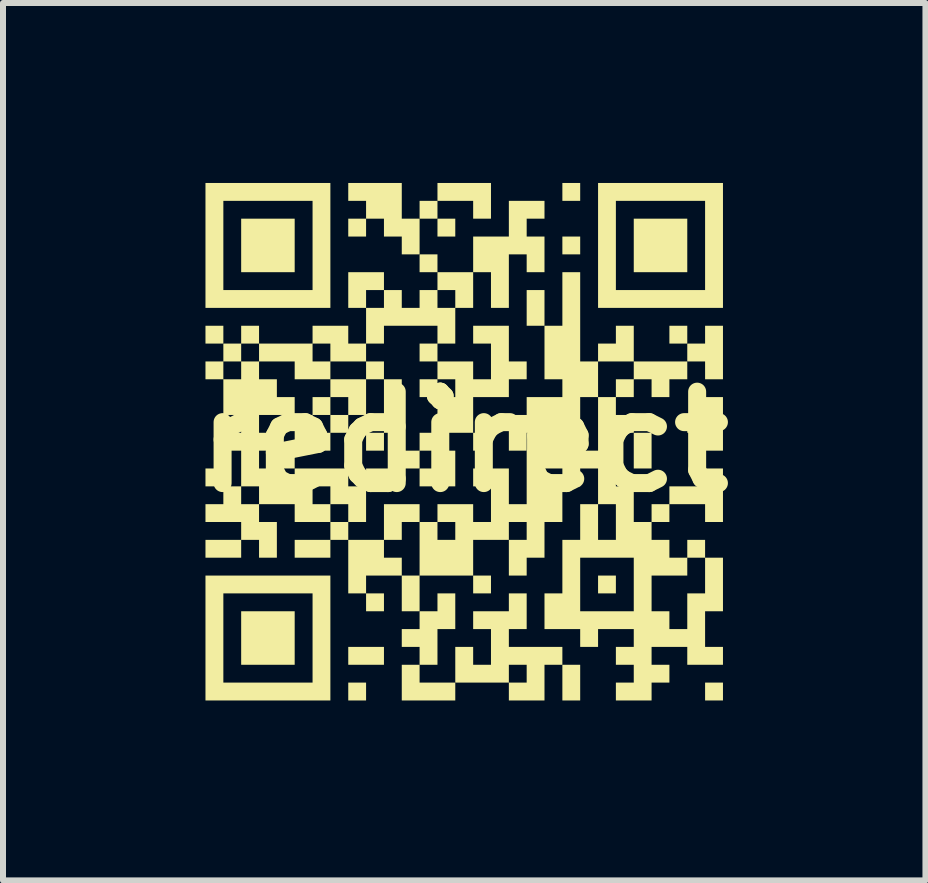
<source format=kicad_pcb>
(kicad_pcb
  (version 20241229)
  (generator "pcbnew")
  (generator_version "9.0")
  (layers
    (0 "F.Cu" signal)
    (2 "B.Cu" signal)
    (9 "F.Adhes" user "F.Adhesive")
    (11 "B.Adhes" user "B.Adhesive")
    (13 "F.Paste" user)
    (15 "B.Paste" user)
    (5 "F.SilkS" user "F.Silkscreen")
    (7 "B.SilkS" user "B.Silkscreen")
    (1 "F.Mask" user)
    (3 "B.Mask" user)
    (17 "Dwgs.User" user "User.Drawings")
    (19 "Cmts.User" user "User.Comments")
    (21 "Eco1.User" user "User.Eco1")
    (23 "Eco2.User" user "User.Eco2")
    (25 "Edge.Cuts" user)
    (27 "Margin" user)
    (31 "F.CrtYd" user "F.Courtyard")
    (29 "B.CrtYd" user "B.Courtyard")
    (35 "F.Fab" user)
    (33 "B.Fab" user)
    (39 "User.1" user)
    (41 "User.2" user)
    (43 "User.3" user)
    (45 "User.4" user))
  (footprint "redirect"
    (layer "F.Cu")
    (at 4.688 4.313)
    (property "Reference" "redirect" (at 0 0 0) (layer "F.SilkS") (effects (font (size 1.524 1.524) (thickness 0.3))))
    (attr board_only exclude_from_pos_files exclude_from_bom)
    (fp_poly (pts (xy -4.015 -1.636) (xy -4.313 -1.636) (xy -4.313 -1.933) (xy -4.015 -1.933)) (stroke (width 0) (type solid)) (fill yes) (layer "F.SilkS"))
    (fp_poly (pts (xy -4.015 0.744) (xy -4.313 0.744) (xy -4.313 0.446) (xy -4.015 0.446)) (stroke (width 0) (type solid)) (fill yes) (layer "F.SilkS"))
    (fp_poly (pts (xy -3.718 1.933) (xy -4.313 1.933) (xy -4.313 1.636) (xy -3.718 1.636)) (stroke (width 0) (type solid)) (fill yes) (layer "F.SilkS"))
    (fp_poly (pts (xy -2.826 -2.826) (xy -3.718 -2.826) (xy -3.718 -3.718) (xy -2.826 -3.718)) (stroke (width 0) (type solid)) (fill yes) (layer "F.SilkS"))
    (fp_poly (pts (xy -2.826 0.446) (xy -3.123 0.446) (xy -3.123 0.149) (xy -2.826 0.149)) (stroke (width 0) (type solid)) (fill yes) (layer "F.SilkS"))
    (fp_poly (pts (xy -2.826 3.718) (xy -3.718 3.718) (xy -3.718 2.826) (xy -2.826 2.826)) (stroke (width 0) (type solid)) (fill yes) (layer "F.SilkS"))
    (fp_poly (pts (xy -2.231 1.933) (xy -2.826 1.933) (xy -2.826 1.636) (xy -2.231 1.636)) (stroke (width 0) (type solid)) (fill yes) (layer "F.SilkS"))
    (fp_poly (pts (xy -1.636 -3.42) (xy -1.933 -3.42) (xy -1.933 -3.718) (xy -1.636 -3.718)) (stroke (width 0) (type solid)) (fill yes) (layer "F.SilkS"))
    (fp_poly (pts (xy -1.636 4.313) (xy -1.933 4.313) (xy -1.933 4.015) (xy -1.636 4.015)) (stroke (width 0) (type solid)) (fill yes) (layer "F.SilkS"))
    (fp_poly (pts (xy -1.338 -1.041) (xy -1.636 -1.041) (xy -1.636 -1.338) (xy -1.338 -1.338)) (stroke (width 0) (type solid)) (fill yes) (layer "F.SilkS"))
    (fp_poly (pts (xy -1.338 0.149) (xy -1.636 0.149) (xy -1.636 -0.149) (xy -1.338 -0.149)) (stroke (width 0) (type solid)) (fill yes) (layer "F.SilkS"))
    (fp_poly (pts (xy -1.338 2.826) (xy -1.636 2.826) (xy -1.636 2.528) (xy -1.338 2.528)) (stroke (width 0) (type solid)) (fill yes) (layer "F.SilkS"))
    (fp_poly (pts (xy -1.338 3.718) (xy -1.933 3.718) (xy -1.933 3.42) (xy -1.338 3.42)) (stroke (width 0) (type solid)) (fill yes) (layer "F.SilkS"))
    (fp_poly (pts (xy -1.041 -0.149) (xy -1.338 -0.149) (xy -1.338 -1.041) (xy -1.041 -1.041)) (stroke (width 0) (type solid)) (fill yes) (layer "F.SilkS"))
    (fp_poly (pts (xy -0.446 -3.718) (xy -0.744 -3.718) (xy -0.744 -4.015) (xy -0.446 -4.015)) (stroke (width 0) (type solid)) (fill yes) (layer "F.SilkS"))
    (fp_poly (pts (xy -0.446 -2.826) (xy -0.744 -2.826) (xy -0.744 -3.123) (xy -0.446 -3.123)) (stroke (width 0) (type solid)) (fill yes) (layer "F.SilkS"))
    (fp_poly (pts (xy -0.446 -0.744) (xy -0.744 -0.744) (xy -0.744 -1.041) (xy -0.446 -1.041)) (stroke (width 0) (type solid)) (fill yes) (layer "F.SilkS"))
    (fp_poly (pts (xy -0.149 -3.42) (xy -0.446 -3.42) (xy -0.446 -3.718) (xy -0.149 -3.718)) (stroke (width 0) (type solid)) (fill yes) (layer "F.SilkS"))
    (fp_poly (pts (xy 0.446 0.149) (xy 0.149 0.149) (xy 0.149 -0.149) (xy 0.446 -0.149)) (stroke (width 0) (type solid)) (fill yes) (layer "F.SilkS"))
    (fp_poly (pts (xy 0.446 2.528) (xy 0.149 2.528) (xy 0.149 2.231) (xy 0.446 2.231)) (stroke (width 0) (type solid)) (fill yes) (layer "F.SilkS"))
    (fp_poly (pts (xy 1.338 -1.933) (xy 1.041 -1.933) (xy 1.041 -2.528) (xy 1.338 -2.528)) (stroke (width 0) (type solid)) (fill yes) (layer "F.SilkS"))
    (fp_poly (pts (xy 1.933 -4.015) (xy 1.636 -4.015) (xy 1.636 -4.313) (xy 1.933 -4.313)) (stroke (width 0) (type solid)) (fill yes) (layer "F.SilkS"))
    (fp_poly (pts (xy 1.933 -3.123) (xy 1.636 -3.123) (xy 1.636 -3.42) (xy 1.933 -3.42)) (stroke (width 0) (type solid)) (fill yes) (layer "F.SilkS"))
    (fp_poly (pts (xy 1.933 4.313) (xy 1.636 4.313) (xy 1.636 3.718) (xy 1.933 3.718)) (stroke (width 0) (type solid)) (fill yes) (layer "F.SilkS"))
    (fp_poly (pts (xy 2.528 2.528) (xy 2.231 2.528) (xy 2.231 2.231) (xy 2.528 2.231)) (stroke (width 0) (type solid)) (fill yes) (layer "F.SilkS"))
    (fp_poly (pts (xy 3.123 0.446) (xy 2.826 0.446) (xy 2.826 -0.149) (xy 3.123 -0.149)) (stroke (width 0) (type solid)) (fill yes) (layer "F.SilkS"))
    (fp_poly (pts (xy 3.42 1.338) (xy 3.123 1.338) (xy 3.123 1.041) (xy 3.42 1.041)) (stroke (width 0) (type solid)) (fill yes) (layer "F.SilkS"))
    (fp_poly (pts (xy 3.718 -2.826) (xy 2.826 -2.826) (xy 2.826 -3.718) (xy 3.718 -3.718)) (stroke (width 0) (type solid)) (fill yes) (layer "F.SilkS"))
    (fp_poly (pts (xy 3.718 -1.636) (xy 3.42 -1.636) (xy 3.42 -1.933) (xy 3.718 -1.933)) (stroke (width 0) (type solid)) (fill yes) (layer "F.SilkS"))
    (fp_poly (pts (xy 4.313 4.313) (xy 4.015 4.313) (xy 4.015 4.015) (xy 4.313 4.015)) (stroke (width 0) (type solid)) (fill yes) (layer "F.SilkS"))
    (fp_poly (pts (xy -0.744 4.015) (xy -0.149 4.015) (xy -0.149 4.313) (xy -1.041 4.313) (xy -1.041 3.718) (xy -0.744 3.718)) (stroke (width 0) (type solid)) (fill yes) (layer "F.SilkS"))
    (fp_poly (pts (xy -0.446 -4.313) (xy 0.446 -4.313) (xy 0.446 -3.718) (xy 0.149 -3.718) (xy 0.149 -4.015) (xy -0.446 -4.015)) (stroke (width 0) (type solid)) (fill yes) (layer "F.SilkS"))
    (fp_poly (pts (xy -0.149 0.744) (xy -0.744 0.744) (xy -0.744 0.446) (xy -0.446 0.446) (xy -0.446 0.149) (xy -0.149 0.149)) (stroke (width 0) (type solid)) (fill yes) (layer "F.SilkS"))
    (fp_poly (pts (xy 3.42 0.744) (xy 4.015 0.744) (xy 4.015 0.446) (xy 4.313 0.446) (xy 4.313 1.338) (xy 4.015 1.338) (xy 4.015 1.041) (xy 3.42 1.041)) (stroke (width 0) (type solid)) (fill yes) (layer "F.SilkS"))
    (fp_poly (pts (xy 4.313 -1.041) (xy 4.015 -1.041) (xy 4.015 -1.338) (xy 3.718 -1.338) (xy 3.718 -1.636) (xy 4.015 -1.636) (xy 4.015 -1.933) (xy 4.313 -1.933)) (stroke (width 0) (type solid)) (fill yes) (layer "F.SilkS"))
    (fp_poly (pts (xy 4.313 0.149) (xy 4.015 0.149) (xy 4.015 -0.149) (xy 3.718 -0.149) (xy 3.718 -0.446) (xy 4.015 -0.446) (xy 4.015 -0.744) (xy 4.313 -0.744)) (stroke (width 0) (type solid)) (fill yes) (layer "F.SilkS"))
    (fp_poly (pts (xy -2.231 -2.231) (xy -4.313 -2.231) (xy -4.313 -2.528) (xy -4.015 -2.528) (xy -2.528 -2.528) (xy -2.528 -4.015) (xy -4.015 -4.015) (xy -4.015 -2.528) (xy -4.313 -2.528) (xy -4.313 -4.313) (xy -2.231 -4.313)) (stroke (width 0) (type solid)) (fill yes) (layer "F.SilkS"))
    (fp_poly (pts (xy -2.231 4.313) (xy -4.313 4.313) (xy -4.313 4.015) (xy -4.015 4.015) (xy -2.528 4.015) (xy -2.528 2.528) (xy -4.015 2.528) (xy -4.015 4.015) (xy -4.313 4.015) (xy -4.313 2.231) (xy -2.231 2.231)) (stroke (width 0) (type solid)) (fill yes) (layer "F.SilkS"))
    (fp_poly (pts (xy 4.313 -2.231) (xy 2.231 -2.231) (xy 2.231 -2.528) (xy 2.528 -2.528) (xy 4.015 -2.528) (xy 4.015 -4.015) (xy 2.528 -4.015) (xy 2.528 -2.528) (xy 2.231 -2.528) (xy 2.231 -4.313) (xy 4.313 -4.313)) (stroke (width 0) (type solid)) (fill yes) (layer "F.SilkS"))
    (fp_poly (pts (xy -1.636 -4.015) (xy -1.933 -4.015) (xy -1.933 -4.313) (xy -1.041 -4.313) (xy -1.041 -3.718) (xy -0.744 -3.718) (xy -0.744 -3.123) (xy -1.041 -3.123) (xy -1.041 -3.42) (xy -1.338 -3.42) (xy -1.338 -3.718) (xy -1.636 -3.718)) (stroke (width 0) (type solid)) (fill yes) (layer "F.SilkS"))
    (fp_poly (pts (xy -0.149 3.123) (xy -0.446 3.123) (xy -0.446 3.718) (xy -0.744 3.718) (xy -0.744 3.42) (xy -1.041 3.42) (xy -1.041 3.123) (xy -0.744 3.123) (xy -0.744 2.826) (xy -0.446 2.826) (xy -0.446 2.528) (xy -0.149 2.528)) (stroke (width 0) (type solid)) (fill yes) (layer "F.SilkS"))
    (fp_poly (pts (xy 0.149 -3.42) (xy 0.744 -3.42) (xy 0.744 -4.015) (xy 1.338 -4.015) (xy 1.338 -3.718) (xy 1.041 -3.718) (xy 1.041 -3.42) (xy 1.338 -3.42) (xy 1.338 -2.826) (xy 1.041 -2.826) (xy 1.041 -3.123) (xy 0.744 -3.123) (xy 0.744 -2.231) (xy 0.446 -2.231) (xy 0.446 -2.826) (xy 0.149 -2.826)) (stroke (width 0) (type solid)) (fill yes) (layer "F.SilkS"))
    (fp_poly (pts (xy -1.636 -0.446) (xy -1.933 -0.446) (xy -1.933 -0.149) (xy -2.231 -0.149) (xy -2.231 0.149) (xy -2.826 0.149) (xy -2.826 -0.149) (xy -2.528 -0.149) (xy -2.231 -0.149) (xy -2.231 -0.446) (xy -1.933 -0.446) (xy -1.933 -0.744) (xy -2.231 -0.744) (xy -2.231 -0.446) (xy -2.528 -0.446) (xy -2.528 -0.149) (xy -2.826 -0.149) (xy -2.826 -0.446) (xy -2.528 -0.446) (xy -2.528 -0.744) (xy -2.231 -0.744) (xy -2.231 -1.041) (xy -1.636 -1.041)) (stroke (width 0) (type solid)) (fill yes) (layer "F.SilkS"))
    (fp_poly (pts (xy 1.041 3.123) (xy 0.744 3.123) (xy 0.744 3.42) (xy 1.636 3.42) (xy 1.636 3.718) (xy 1.338 3.718) (xy 1.338 4.313) (xy 0.744 4.313) (xy 0.744 4.015) (xy 1.041 4.015) (xy 1.041 3.718) (xy 0.744 3.718) (xy 0.744 4.015) (xy -0.149 4.015) (xy -0.149 3.42) (xy 0.149 3.42) (xy 0.149 3.718) (xy 0.446 3.718) (xy 0.446 3.123) (xy 0.149 3.123) (xy 0.149 2.826) (xy 0.744 2.826) (xy 0.744 2.528) (xy 1.041 2.528)) (stroke (width 0) (type solid)) (fill yes) (layer "F.SilkS"))
    (fp_poly (pts (xy -3.718 1.338) (xy -4.313 1.338) (xy -4.313 1.041) (xy -4.015 1.041) (xy -3.718 1.041) (xy -3.42 1.041) (xy -3.42 0.744) (xy -3.718 0.744) (xy -3.718 1.041) (xy -4.015 1.041) (xy -4.015 0.744) (xy -3.718 0.744) (xy -3.718 0.446) (xy -3.42 0.446) (xy -3.123 0.446) (xy -3.123 0.744) (xy -2.826 0.744) (xy -2.826 0.446) (xy -1.933 0.446) (xy -1.933 0.744) (xy -1.636 0.744) (xy -1.636 0.446) (xy -1.041 0.446) (xy -1.041 0.149) (xy -0.744 0.149) (xy -0.744 -0.149) (xy -0.446 -0.149) (xy -0.446 -0.744) (xy -0.149 -0.744) (xy -0.149 -1.041) (xy -0.446 -1.041) (xy -0.446 -1.338) (xy -0.744 -1.338) (xy -0.744 -1.636) (xy -0.446 -1.636) (xy -0.446 -1.933) (xy -1.338 -1.933) (xy -1.338 -1.636) (xy -1.636 -1.636) (xy -1.636 -1.338) (xy -2.231 -1.338) (xy -2.231 -1.041) (xy -2.826 -1.041) (xy -2.826 -1.338) (xy -2.528 -1.338) (xy -2.231 -1.338) (xy -2.231 -1.636) (xy -2.528 -1.636) (xy -2.528 -1.338) (xy -2.826 -1.338) (xy -3.42 -1.338) (xy -3.42 -1.041) (xy -3.123 -1.041) (xy -3.123 -0.744) (xy -2.826 -0.744) (xy -2.826 -0.446) (xy -3.42 -0.446) (xy -3.42 -0.149) (xy -3.123 -0.149) (xy -3.123 0.149) (xy -3.42 0.149) (xy -3.42 0.446) (xy -3.718 0.446) (xy -3.718 0.149) (xy -4.015 0.149) (xy -4.015 -0.149) (xy -3.718 -0.149) (xy -3.718 -0.446) (xy -4.015 -0.446) (xy -4.015 -1.041) (xy -3.718 -1.041) (xy -3.718 -1.338) (xy -3.42 -1.338) (xy -3.42 -1.636) (xy -3.718 -1.636) (xy -3.718 -1.338) (xy -4.015 -1.338) (xy -4.015 -1.041) (xy -4.313 -1.041) (xy -4.313 -1.338) (xy -4.015 -1.338) (xy -4.015 -1.636) (xy -3.718 -1.636) (xy -3.718 -1.933) (xy -3.42 -1.933) (xy -3.42 -1.636) (xy -2.528 -1.636) (xy -2.528 -1.933) (xy -1.933 -1.933) (xy -1.933 -1.636) (xy -1.636 -1.636) (xy -1.636 -2.231) (xy -1.338 -2.231) (xy -1.338 -2.528) (xy -1.636 -2.528) (xy -1.636 -2.231) (xy -1.933 -2.231) (xy -1.933 -2.826) (xy -1.338 -2.826) (xy -1.338 -2.528) (xy -1.041 -2.528) (xy -1.041 -2.231) (xy -0.744 -2.231) (xy -0.446 -2.231) (xy -0.149 -2.231) (xy -0.149 -2.528) (xy -0.446 -2.528) (xy -0.446 -2.231) (xy -0.744 -2.231) (xy -0.744 -2.528) (xy -0.446 -2.528) (xy -0.446 -2.826) (xy 0.149 -2.826) (xy 0.149 -2.231) (xy -0.149 -2.231) (xy -0.149 -1.636) (xy -0.446 -1.636) (xy -0.446 -1.338) (xy 0.149 -1.338) (xy 0.149 -1.041) (xy 0.446 -1.041) (xy 0.446 -1.636) (xy 0.149 -1.636) (xy 0.149 -1.933) (xy 0.744 -1.933) (xy 0.744 -1.338) (xy 1.041 -1.338) (xy 1.041 -1.041) (xy 0.744 -1.041) (xy 0.744 -0.744) (xy 0.149 -0.744) (xy 0.149 -0.149) (xy -0.446 -0.149) (xy -0.446 0.149) (xy -0.744 0.149) (xy -0.744 0.446) (xy -1.041 0.446) (xy -1.041 0.744) (xy -1.636 0.744) (xy -1.636 1.338) (xy -1.933 1.338) (xy -1.933 1.636) (xy -2.231 1.636) (xy -2.231 1.338) (xy -1.933 1.338) (xy -1.933 1.041) (xy -2.231 1.041) (xy -2.231 1.338) (xy -2.826 1.338) (xy -2.826 1.041) (xy -2.528 1.041) (xy -2.231 1.041) (xy -2.231 0.744) (xy -2.528 0.744) (xy -2.528 1.041) (xy -2.826 1.041) (xy -3.42 1.041) (xy -3.42 1.338) (xy -3.123 1.338) (xy -3.123 1.933) (xy -3.42 1.933) (xy -3.42 1.636) (xy -3.718 1.636)) (stroke (width 0) (type solid)) (fill yes) (layer "F.SilkS"))
    (fp_poly (pts (xy 4.313 1.933) (xy 4.313 2.826) (xy 4.015 2.826) (xy 4.015 3.42) (xy 4.313 3.42) (xy 4.313 3.718) (xy 3.718 3.718) (xy 3.718 3.42) (xy 3.123 3.42) (xy 3.123 3.718) (xy 3.42 3.718) (xy 3.42 4.015) (xy 3.123 4.015) (xy 3.123 4.313) (xy 2.528 4.313) (xy 2.528 4.015) (xy 2.826 4.015) (xy 2.826 3.718) (xy 2.528 3.718) (xy 2.528 3.42) (xy 2.826 3.42) (xy 2.826 3.123) (xy 2.231 3.123) (xy 2.231 3.42) (xy 1.933 3.42) (xy 1.933 3.123) (xy 1.338 3.123) (xy 1.338 2.826) (xy 1.933 2.826) (xy 2.826 2.826) (xy 3.123 2.826) (xy 3.42 2.826) (xy 3.42 3.123) (xy 3.718 3.123) (xy 3.718 2.528) (xy 4.015 2.528) (xy 4.015 1.933) (xy 3.718 1.933) (xy 3.718 2.231) (xy 3.123 2.231) (xy 3.123 2.826) (xy 2.826 2.826) (xy 2.826 1.933) (xy 1.933 1.933) (xy 1.933 2.826) (xy 1.338 2.826) (xy 1.338 2.528) (xy 1.636 2.528) (xy 1.636 1.636) (xy 1.933 1.636) (xy 2.231 1.636) (xy 2.528 1.636) (xy 2.528 1.041) (xy 2.231 1.041) (xy 2.231 1.636) (xy 1.933 1.636) (xy 1.933 1.041) (xy 2.231 1.041) (xy 2.231 0.446) (xy 1.933 0.446) (xy 1.933 0.744) (xy 1.636 0.744) (xy 1.636 1.338) (xy 1.338 1.338) (xy 1.338 1.933) (xy 1.041 1.933) (xy 1.041 2.231) (xy 0.744 2.231) (xy 0.744 1.636) (xy 1.041 1.636) (xy 1.041 1.338) (xy 0.744 1.338) (xy 0.744 1.636) (xy 0.149 1.636) (xy 0.149 2.231) (xy -0.744 2.231) (xy -0.744 2.826) (xy -1.041 2.826) (xy -1.041 2.231) (xy -1.636 2.231) (xy -1.636 2.528) (xy -1.933 2.528) (xy -1.933 1.933) (xy -1.338 1.933) (xy -1.041 1.933) (xy -1.041 2.231) (xy -0.744 2.231) (xy -0.744 1.636) (xy -0.446 1.636) (xy -0.149 1.636) (xy -0.149 1.338) (xy -0.446 1.338) (xy -0.446 1.636) (xy -0.744 1.636) (xy -0.744 1.338) (xy -1.041 1.338) (xy -1.041 1.636) (xy -1.338 1.636) (xy -1.338 1.933) (xy -1.933 1.933) (xy -1.933 1.636) (xy -1.338 1.636) (xy -1.338 1.041) (xy -0.744 1.041) (xy -0.744 1.338) (xy -0.446 1.338) (xy -0.446 1.041) (xy 0.149 1.041) (xy 0.149 1.338) (xy 0.446 1.338) (xy 0.446 0.744) (xy 0.149 0.744) (xy 0.149 0.446) (xy 0.744 0.446) (xy 0.744 1.041) (xy 1.041 1.041) (xy 1.041 0.744) (xy 1.338 0.744) (xy 1.636 0.744) (xy 1.636 0.446) (xy 1.338 0.446) (xy 1.338 0.744) (xy 1.041 0.744) (xy 1.041 0.149) (xy 1.338 0.149) (xy 1.933 0.149) (xy 2.231 0.149) (xy 2.231 -0.744) (xy 2.528 -0.744) (xy 2.528 -1.041) (xy 2.826 -1.041) (xy 2.826 -1.338) (xy 2.231 -1.338) (xy 2.231 -0.744) (xy 1.933 -0.744) (xy 1.933 0.149) (xy 1.338 0.149) (xy 1.338 -0.149) (xy 1.041 -0.149) (xy 1.041 0.149) (xy 0.744 0.149) (xy 0.744 -0.446) (xy 1.041 -0.446) (xy 1.041 -0.744) (xy 1.636 -0.744) (xy 1.636 -1.041) (xy 1.338 -1.041) (xy 1.338 -1.933) (xy 1.636 -1.933) (xy 1.636 -2.826) (xy 1.933 -2.826) (xy 1.933 -1.338) (xy 2.231 -1.338) (xy 2.231 -1.636) (xy 2.528 -1.636) (xy 2.528 -1.933) (xy 2.826 -1.933) (xy 2.826 -1.338) (xy 3.718 -1.338) (xy 3.718 -1.041) (xy 3.42 -1.041) (xy 3.42 -0.744) (xy 3.123 -0.744) (xy 3.123 -1.041) (xy 2.826 -1.041) (xy 2.826 -0.744) (xy 2.528 -0.744) (xy 2.528 -0.446) (xy 2.826 -0.446) (xy 2.826 -0.149) (xy 2.528 -0.149) (xy 2.528 0.744) (xy 2.826 0.744) (xy 2.826 1.338) (xy 3.123 1.338) (xy 3.123 1.636) (xy 3.42 1.636) (xy 3.42 1.933) (xy 3.718 1.933) (xy 3.718 1.636) (xy 4.015 1.636) (xy 4.015 1.933)) (stroke (width 0) (type solid)) (fill yes) (layer "F.SilkS")))
  (gr_rect
    (start -3 -3)
    (end 12.376 11.625)
    (stroke (width 0.1) (type default))
    (fill no)
    (layer "Edge.Cuts")))
</source>
